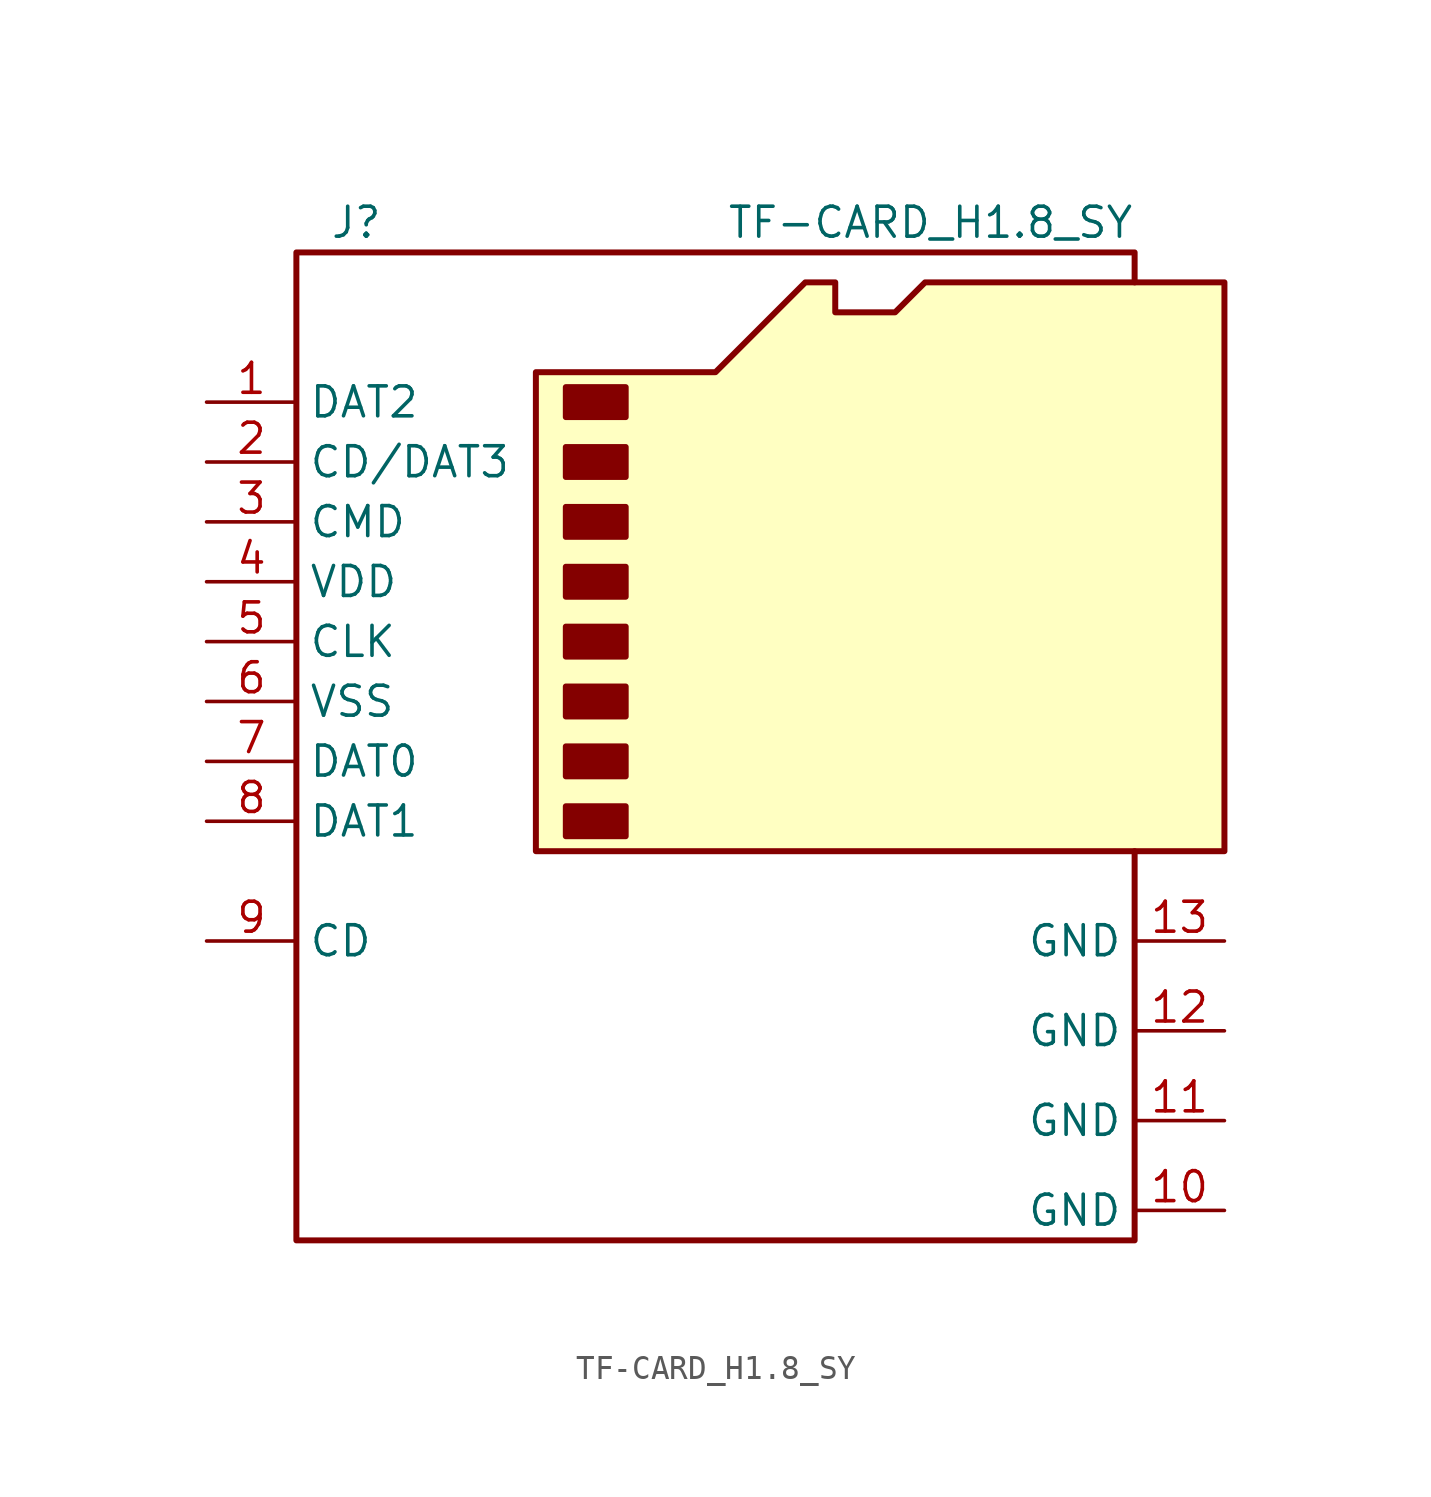
<source format=kicad_sym>
(kicad_symbol_lib
  (version 20241209)
  (generator "kicad_symbol_editor")
  (generator_version "9.0")
  (symbol "TF-CARD_H1.8_SY"
    (property "Reference" "J"
      (at -16.51 17.78 0)
      (effects (font (size 1.27 1.27))))
    (property "Value" "TF-CARD_H1.8_SY"
      (at 16.51 17.78 0)
      (effects (font (size 1.27 1.27)) (justify right)))
    (symbol "TF-CARD_H1.8_SY_0_1"
      (polyline (pts (xy -8.89 -8.89) (xy -8.89 11.43) (xy -1.27 11.43) (xy 2.54 15.24) (xy 3.81 15.24) (xy 3.81 13.97) (xy 6.35 13.97) (xy 7.62 15.24) (xy 20.32 15.24) (xy 20.32 -8.89) (xy -8.89 -8.89)) (stroke (width 0.254) (type default)) (fill (type background)))
      (rectangle (start -7.62 10.795) (end -5.08 9.525) (stroke (width 0.254) (type default)) (fill (type outline)))
      (rectangle (start -7.62 8.255) (end -5.08 6.985) (stroke (width 0.254) (type default)) (fill (type outline)))
      (rectangle (start -7.62 5.715) (end -5.08 4.445) (stroke (width 0.254) (type default)) (fill (type outline)))
      (rectangle (start -7.62 3.175) (end -5.08 1.905) (stroke (width 0.254) (type default)) (fill (type outline)))
      (rectangle (start -7.62 0.635) (end -5.08 -0.635) (stroke (width 0.254) (type default)) (fill (type outline)))
      (rectangle (start -7.62 -1.905) (end -5.08 -3.175) (stroke (width 0.254) (type default)) (fill (type outline)))
      (rectangle (start -7.62 -4.445) (end -5.08 -5.715) (stroke (width 0.254) (type default)) (fill (type outline)))
      (rectangle (start -7.62 -6.985) (end -5.08 -8.255) (stroke (width 0.254) (type default)) (fill (type outline)))
      (polyline (pts (xy 16.51 15.24) (xy 16.51 16.51) (xy -19.05 16.51) (xy -19.05 -25.4) (xy 16.51 -25.4) (xy 16.51 -8.89)) (stroke (width 0.254) (type default)) (fill (type none))))
    (symbol "TF-CARD_H1.8_SY_1_1"
      (pin bidirectional line (at -22.86 10.16 0) (length 3.81) (name "DAT2" (effects (font (size 1.27 1.27)))) (number "1" (effects (font (size 1.27 1.27)))))
      (pin bidirectional line (at -22.86 7.62 0) (length 3.81) (name "CD/DAT3" (effects (font (size 1.27 1.27)))) (number "2" (effects (font (size 1.27 1.27)))))
      (pin input line (at -22.86 5.08 0) (length 3.81) (name "CMD" (effects (font (size 1.27 1.27)))) (number "3" (effects (font (size 1.27 1.27)))))
      (pin power_in line (at -22.86 2.54 0) (length 3.81) (name "VDD" (effects (font (size 1.27 1.27)))) (number "4" (effects (font (size 1.27 1.27)))))
      (pin input line (at -22.86 0 0) (length 3.81) (name "CLK" (effects (font (size 1.27 1.27)))) (number "5" (effects (font (size 1.27 1.27)))))
      (pin power_in line (at -22.86 -2.54 0) (length 3.81) (name "VSS" (effects (font (size 1.27 1.27)))) (number "6" (effects (font (size 1.27 1.27)))))
      (pin bidirectional line (at -22.86 -5.08 0) (length 3.81) (name "DAT0" (effects (font (size 1.27 1.27)))) (number "7" (effects (font (size 1.27 1.27)))))
      (pin bidirectional line (at -22.86 -7.62 0) (length 3.81) (name "DAT1" (effects (font (size 1.27 1.27)))) (number "8" (effects (font (size 1.27 1.27)))))
      (pin passive line (at -22.86 -12.7 0) (length 3.81) (name "CD" (effects (font (size 1.27 1.27)))) (number "9" (effects (font (size 1.27 1.27)))))
      (pin passive line (at 20.32 -12.7 180) (length 3.81) (name "GND" (effects (font (size 1.27 1.27)))) (number "13" (effects (font (size 1.27 1.27)))))
      (pin passive line (at 20.32 -16.51 180) (length 3.81) (name "GND" (effects (font (size 1.27 1.27)))) (number "12" (effects (font (size 1.27 1.27)))))
      (pin passive line (at 20.32 -20.32 180) (length 3.81) (name "GND" (effects (font (size 1.27 1.27)))) (number "11" (effects (font (size 1.27 1.27)))))
      (pin passive line (at 20.32 -24.13 180) (length 3.81) (name "GND" (effects (font (size 1.27 1.27)))) (number "10" (effects (font (size 1.27 1.27))))))))
</source>
